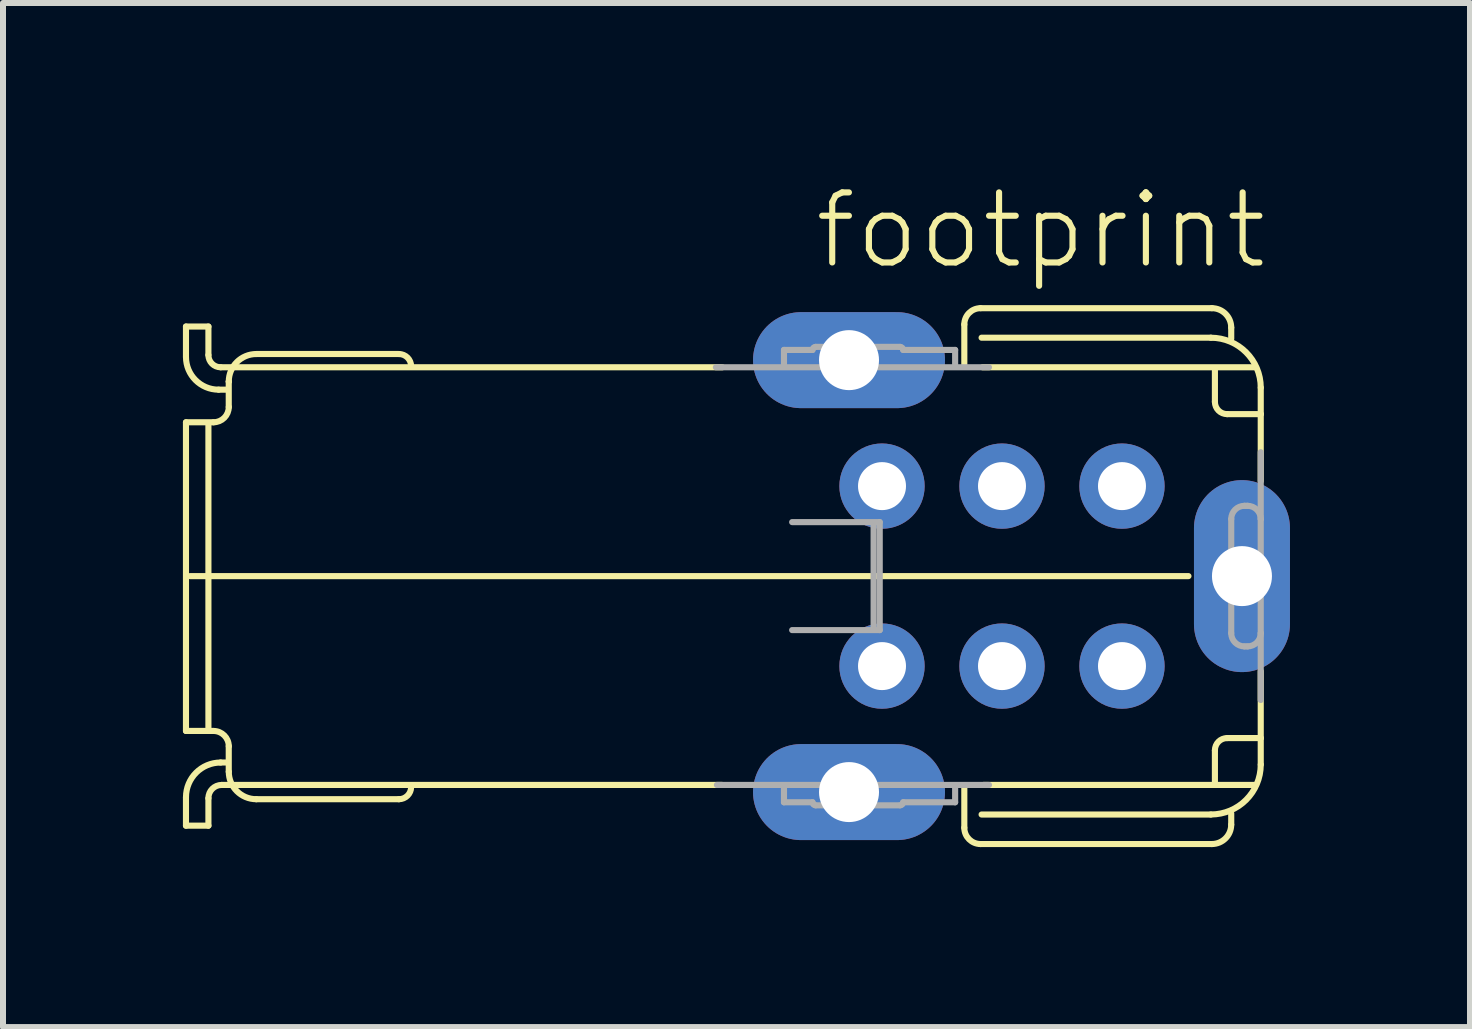
<source format=kicad_pcb>
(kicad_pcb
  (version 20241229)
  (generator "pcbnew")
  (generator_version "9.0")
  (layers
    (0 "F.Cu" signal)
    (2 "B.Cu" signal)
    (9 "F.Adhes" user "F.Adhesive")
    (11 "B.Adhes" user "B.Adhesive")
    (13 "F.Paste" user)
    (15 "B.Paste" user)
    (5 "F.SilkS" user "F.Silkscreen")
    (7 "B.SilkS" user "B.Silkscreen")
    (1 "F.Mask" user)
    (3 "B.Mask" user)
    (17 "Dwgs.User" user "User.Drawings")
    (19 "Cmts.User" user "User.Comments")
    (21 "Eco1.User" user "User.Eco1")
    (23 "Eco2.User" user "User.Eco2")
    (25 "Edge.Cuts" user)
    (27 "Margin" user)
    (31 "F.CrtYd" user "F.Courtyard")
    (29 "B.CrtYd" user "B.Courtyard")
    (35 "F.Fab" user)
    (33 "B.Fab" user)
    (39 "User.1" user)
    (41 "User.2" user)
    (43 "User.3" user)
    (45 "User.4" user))
  (footprint "footprint"
    (layer "F.Cu")
    (at 13.652 6.553)
    (property "Reference" "footprint" (at -3.175 -5.08 0) (layer "F.SilkS") (effects (font (size 1.168 1.168) (thickness 0.102)) (justify left bottom)))
    (fp_line (start -13.602 -4.16) (end -13.602 -3.651) (stroke (width 0.102) (type solid)) (layer "F.SilkS"))
    (fp_line (start -13.602 -4.16) (end -13.228 -4.16) (stroke (width 0.102) (type solid)) (layer "F.SilkS"))
    (fp_line (start -13.602 -2.564) (end -13.143 -2.564) (stroke (width 0.102) (type solid)) (layer "F.SilkS"))
    (fp_line (start -13.602 2.581) (end -13.602 -2.564) (stroke (width 0.102) (type solid)) (layer "F.SilkS"))
    (fp_line (start -13.602 2.581) (end -13.143 2.581) (stroke (width 0.102) (type solid)) (layer "F.SilkS"))
    (fp_line (start -13.602 4.16) (end -13.602 3.685) (stroke (width 0.102) (type solid)) (layer "F.SilkS"))
    (fp_line (start -13.534 0) (end 3.108 0) (stroke (width 0.102) (type solid)) (layer "F.SilkS"))
    (fp_line (start -13.228 -4.16) (end -13.228 -3.685) (stroke (width 0.102) (type solid)) (layer "F.SilkS"))
    (fp_line (start -13.228 2.547) (end -13.228 -2.53) (stroke (width 0.102) (type solid)) (layer "F.SilkS"))
    (fp_line (start -13.228 4.16) (end -13.602 4.16) (stroke (width 0.102) (type solid)) (layer "F.SilkS"))
    (fp_line (start -13.228 4.16) (end -13.228 3.702) (stroke (width 0.102) (type solid)) (layer "F.SilkS"))
    (fp_line (start -13.058 -3.108) (end -12.922 -3.108) (stroke (width 0.102) (type solid)) (layer "F.SilkS"))
    (fp_line (start -13.024 -3.481) (end -4.662 -3.481) (stroke (width 0.102) (type solid)) (layer "F.SilkS"))
    (fp_line (start -13.024 3.107) (end -12.94 3.107) (stroke (width 0.102) (type solid)) (layer "F.SilkS"))
    (fp_line (start -13.007 3.481) (end -4.662 3.481) (stroke (width 0.102) (type solid)) (layer "F.SilkS"))
    (fp_line (start -12.889 -3.243) (end -12.889 -3.243) (stroke (width 0.102) (type solid)) (layer "F.SilkS"))
    (fp_line (start -12.889 -3.243) (end -12.889 -2.819) (stroke (width 0.102) (type solid)) (layer "F.SilkS"))
    (fp_line (start -12.889 2.836) (end -12.889 3.26) (stroke (width 0.102) (type solid)) (layer "F.SilkS"))
    (fp_line (start -12.43 -3.702) (end -10.053 -3.702) (stroke (width 0.102) (type solid)) (layer "F.SilkS"))
    (fp_line (start -12.43 3.719) (end -10.053 3.719) (stroke (width 0.102) (type solid)) (layer "F.SilkS"))
    (fp_line (start -0.628 -3.532) (end -0.628 -4.194) (stroke (width 0.102) (type solid)) (layer "F.SilkS"))
    (fp_line (start -0.628 4.194) (end -0.628 3.532) (stroke (width 0.102) (type solid)) (layer "F.SilkS"))
    (fp_line (start -0.357 -4.466) (end 3.498 -4.466) (stroke (width 0.102) (type solid)) (layer "F.SilkS"))
    (fp_line (start -0.357 4.466) (end 3.498 4.466) (stroke (width 0.102) (type solid)) (layer "F.SilkS"))
    (fp_line (start -0.34 -3.974) (end 3.481 -3.974) (stroke (width 0.102) (type solid)) (layer "F.SilkS"))
    (fp_line (start -0.34 3.974) (end 3.481 3.974) (stroke (width 0.102) (type solid)) (layer "F.SilkS"))
    (fp_line (start -0.324 -3.481) (end 4.228 -3.481) (stroke (width 0.102) (type solid)) (layer "F.SilkS"))
    (fp_line (start -0.307 3.481) (end 4.228 3.481) (stroke (width 0.102) (type solid)) (layer "F.SilkS"))
    (fp_line (start 3.498 4.466) (end 3.498 4.466) (stroke (width 0.102) (type solid)) (layer "F.SilkS"))
    (fp_line (start 3.549 -2.904) (end 3.549 -3.43) (stroke (width 0.102) (type solid)) (layer "F.SilkS"))
    (fp_line (start 3.549 3.43) (end 3.549 2.904) (stroke (width 0.102) (type solid)) (layer "F.SilkS"))
    (fp_line (start 3.821 -4.143) (end 3.821 -3.957) (stroke (width 0.102) (type solid)) (layer "F.SilkS"))
    (fp_line (start 3.821 3.957) (end 3.821 4.143) (stroke (width 0.102) (type solid)) (layer "F.SilkS"))
    (fp_line (start 4.313 -3.142) (end 4.313 -2.7) (stroke (width 0.102) (type solid)) (layer "F.SilkS"))
    (fp_line (start 4.313 -2.7) (end 3.753 -2.7) (stroke (width 0.102) (type solid)) (layer "F.SilkS"))
    (fp_line (start 4.313 -2.7) (end 4.313 -1.586) (stroke (width 0.102) (type solid)) (layer "F.SilkS"))
    (fp_line (start 4.313 -0.0001) (end 4.313 0) (stroke (width 0.102) (type solid)) (layer "F.SilkS"))
    (fp_line (start 4.313 2.7) (end 3.753 2.7) (stroke (width 0.102) (type solid)) (layer "F.SilkS"))
    (fp_line (start 4.313 2.7) (end 4.313 1.586) (stroke (width 0.102) (type solid)) (layer "F.SilkS"))
    (fp_line (start 4.313 2.7) (end 4.313 3.141) (stroke (width 0.102) (type solid)) (layer "F.SilkS"))
    (fp_arc (start -13.6017 3.6848) (mid -13.432642 3.276557) (end -13.024399 3.107499) (stroke (width 0.1016) (type solid)) (layer "F.SilkS"))
    (fp_arc (start -13.2282 3.7019) (mid -13.163529 3.545771) (end -13.0074 3.4811) (stroke (width 0.1016) (type solid)) (layer "F.SilkS"))
    (fp_arc (start -13.1432 2.5811) (mid -12.963071 2.655671) (end -12.8885 2.8358) (stroke (width 0.1016) (type solid)) (layer "F.SilkS"))
    (fp_arc (start -13.0583 -3.1076) (mid -13.442542 -3.266758) (end -13.6017 -3.651) (stroke (width 0.1016) (type solid)) (layer "F.SilkS"))
    (fp_arc (start -13.0244 -3.4812) (mid -13.168508 -3.540892) (end -13.2282 -3.685) (stroke (width 0.1016) (type solid)) (layer "F.SilkS"))
    (fp_arc (start -12.8886 -2.8189) (mid -12.963141 -2.638741) (end -13.1433 -2.5642) (stroke (width 0.1016) (type solid)) (layer "F.SilkS"))
    (fp_arc (start -12.8885 -3.2433) (mid -12.754179 -3.567479) (end -12.43 -3.7018) (stroke (width 0.1016) (type solid)) (layer "F.SilkS"))
    (fp_arc (start -12.43 3.7188) (mid -12.754179 3.584479) (end -12.8885 3.2603) (stroke (width 0.1016) (type solid)) (layer "F.SilkS"))
    (fp_arc (start -10.0528 -3.7019) (mid -9.908692 -3.642208) (end -9.849 -3.4981) (stroke (width 0.1016) (type solid)) (layer "F.SilkS"))
    (fp_arc (start -9.8489 3.515) (mid -9.908592 3.659108) (end -10.0527 3.7188) (stroke (width 0.1016) (type solid)) (layer "F.SilkS"))
    (fp_arc (start -0.6283 -4.1943) (mid -0.548721 -4.386421) (end -0.3566 -4.466) (stroke (width 0.1016) (type solid)) (layer "F.SilkS"))
    (fp_arc (start -0.3565 4.4661) (mid -0.548592 4.386492) (end -0.6282 4.1944) (stroke (width 0.1016) (type solid)) (layer "F.SilkS"))
    (fp_arc (start 3.4811 -3.9736) (mid 4.069484 -3.729884) (end 4.3132 -3.1415) (stroke (width 0.1016) (type solid)) (layer "F.SilkS"))
    (fp_arc (start 3.4982 -4.466) (mid 3.726313 -4.371513) (end 3.8208 -4.1434) (stroke (width 0.1016) (type solid)) (layer "F.SilkS"))
    (fp_arc (start 3.549 2.9038) (mid 3.608692 2.759692) (end 3.7528 2.7) (stroke (width 0.1016) (type solid)) (layer "F.SilkS"))
    (fp_arc (start 3.7529 -2.7) (mid 3.608792 -2.759692) (end 3.5491 -2.9038) (stroke (width 0.1016) (type solid)) (layer "F.SilkS"))
    (fp_arc (start 3.8207 4.1434) (mid 3.726213 4.371513) (end 3.4981 4.466) (stroke (width 0.1016) (type solid)) (layer "F.SilkS"))
    (fp_arc (start 4.3132 3.1414) (mid 4.069453 3.729755) (end 3.481098 3.9735) (stroke (width 0.1016) (type solid)) (layer "F.SilkS"))
    (fp_line (start -4.769 -3.481) (end -0.217 -3.481) (stroke (width 0.102) (type solid)) (layer "F.Fab"))
    (fp_line (start -4.752 3.481) (end -0.217 3.481) (stroke (width 0.102) (type solid)) (layer "F.Fab"))
    (fp_line (start -3.634 -3.77) (end -3.158 -3.77) (stroke (width 0.102) (type solid)) (layer "F.Fab"))
    (fp_line (start -3.634 -3.532) (end -3.634 -3.77) (stroke (width 0.102) (type solid)) (layer "F.Fab"))
    (fp_line (start -3.634 3.77) (end -3.158 3.77) (stroke (width 0.102) (type solid)) (layer "F.Fab"))
    (fp_line (start -3.634 3.77) (end -3.634 3.532) (stroke (width 0.102) (type solid)) (layer "F.Fab"))
    (fp_line (start -3.498 -0.9) (end -2.038 -0.9) (stroke (width 0.102) (type solid)) (layer "F.Fab"))
    (fp_line (start -3.107 -3.821) (end -1.698 -3.821) (stroke (width 0.102) (type solid)) (layer "F.Fab"))
    (fp_line (start -3.107 3.821) (end -1.698 3.821) (stroke (width 0.102) (type solid)) (layer "F.Fab"))
    (fp_line (start -2.14 0.866) (end -2.14 -0.849) (stroke (width 0.102) (type solid)) (layer "F.Fab"))
    (fp_line (start -2.038 -0.9) (end -2.038 0.9) (stroke (width 0.102) (type solid)) (layer "F.Fab"))
    (fp_line (start -2.038 0.9) (end -3.498 0.9) (stroke (width 0.102) (type solid)) (layer "F.Fab"))
    (fp_line (start -1.647 -3.77) (end -0.781 -3.77) (stroke (width 0.102) (type solid)) (layer "F.Fab"))
    (fp_line (start -1.647 3.77) (end -0.781 3.77) (stroke (width 0.102) (type solid)) (layer "F.Fab"))
    (fp_line (start -0.781 -3.77) (end -0.781 -3.532) (stroke (width 0.102) (type solid)) (layer "F.Fab"))
    (fp_line (start -0.781 3.532) (end -0.781 3.77) (stroke (width 0.102) (type solid)) (layer "F.Fab"))
    (fp_line (start 3.821 0.034) (end 3.821 0.951) (stroke (width 0.102) (type solid)) (layer "F.Fab"))
    (fp_line (start 3.821 -0.034) (end 3.821 -0.951) (stroke (width 0.102) (type solid)) (layer "F.Fab"))
    (fp_line (start 4.042 -1.172) (end 4.093 -1.172) (stroke (width 0.102) (type solid)) (layer "F.Fab"))
    (fp_line (start 4.042 1.172) (end 4.093 1.172) (stroke (width 0.102) (type solid)) (layer "F.Fab"))
    (fp_line (start 4.313 -2.065) (end 4.313 -0.951) (stroke (width 0.102) (type solid)) (layer "F.Fab"))
    (fp_line (start 4.313 0.951) (end 4.313 -0.951) (stroke (width 0.102) (type solid)) (layer "F.Fab"))
    (fp_line (start 4.313 2.065) (end 4.313 0.951) (stroke (width 0.102) (type solid)) (layer "F.Fab"))
    (fp_arc (start -3.1584 -3.7699) (mid -3.143492 -3.805892) (end -3.1075 -3.8208) (stroke (width 0.1016) (type solid)) (layer "F.Fab"))
    (fp_arc (start -3.1075 3.8207) (mid -3.143463 3.805763) (end -3.1584 3.7698) (stroke (width 0.1016) (type solid)) (layer "F.Fab"))
    (fp_arc (start -1.6981 -3.8208) (mid -1.662038 -3.805862) (end -1.6471 -3.7698) (stroke (width 0.1016) (type solid)) (layer "F.Fab"))
    (fp_arc (start -1.6471 3.7697) (mid -1.662038 3.805762) (end -1.6981 3.8207) (stroke (width 0.1016) (type solid)) (layer "F.Fab"))
    (fp_arc (start 3.8208 -0.951) (mid 3.885471 -1.107028) (end 4.041499 -1.171699) (stroke (width 0.1016) (type solid)) (layer "F.Fab"))
    (fp_arc (start 4.0415 1.1716) (mid 3.885442 1.106958) (end 3.8208 0.9509) (stroke (width 0.1016) (type solid)) (layer "F.Fab"))
    (fp_arc (start 4.0925 -1.1717) (mid 4.248558 -1.107058) (end 4.3132 -0.951) (stroke (width 0.1016) (type solid)) (layer "F.Fab"))
    (fp_arc (start 4.3132 0.9509) (mid 4.248499 1.1069) (end 4.092498 1.1716) (stroke (width 0.1016) (type solid)) (layer "F.Fab"))
    (pad "1" thru_hole circle (at 2 -1.5) (size 1.422 1.422) (drill 0.8) (layers "*.Cu" "*.Mask"))
    (pad "2" thru_hole circle (at 2 1.5) (size 1.422 1.422) (drill 0.8) (layers "*.Cu" "*.Mask"))
    (pad "3" thru_hole circle (at 0 -1.5) (size 1.422 1.422) (drill 0.8) (layers "*.Cu" "*.Mask"))
    (pad "4" thru_hole circle (at 0 1.5) (size 1.422 1.422) (drill 0.8) (layers "*.Cu" "*.Mask"))
    (pad "5" thru_hole circle (at -2 -1.5) (size 1.422 1.422) (drill 0.8) (layers "*.Cu" "*.Mask"))
    (pad "6" thru_hole circle (at -2 1.5) (size 1.422 1.422) (drill 0.8) (layers "*.Cu" "*.Mask"))
    (pad "S1" thru_hole oval (at 4 0 90) (size 3.2 1.6) (drill 1) (layers "*.Cu" "*.Mask"))
    (pad "S2" thru_hole oval (at -2.55 -3.6) (size 3.2 1.6) (drill 1) (layers "*.Cu" "*.Mask"))
    (pad "S3" thru_hole oval (at -2.55 3.6) (size 3.2 1.6) (drill 1) (layers "*.Cu" "*.Mask")))
  (gr_rect
    (start -3 -3)
    (end 21.453 14.07)
    (stroke (width 0.1) (type default))
    (fill no)
    (layer "Edge.Cuts")))
</source>
